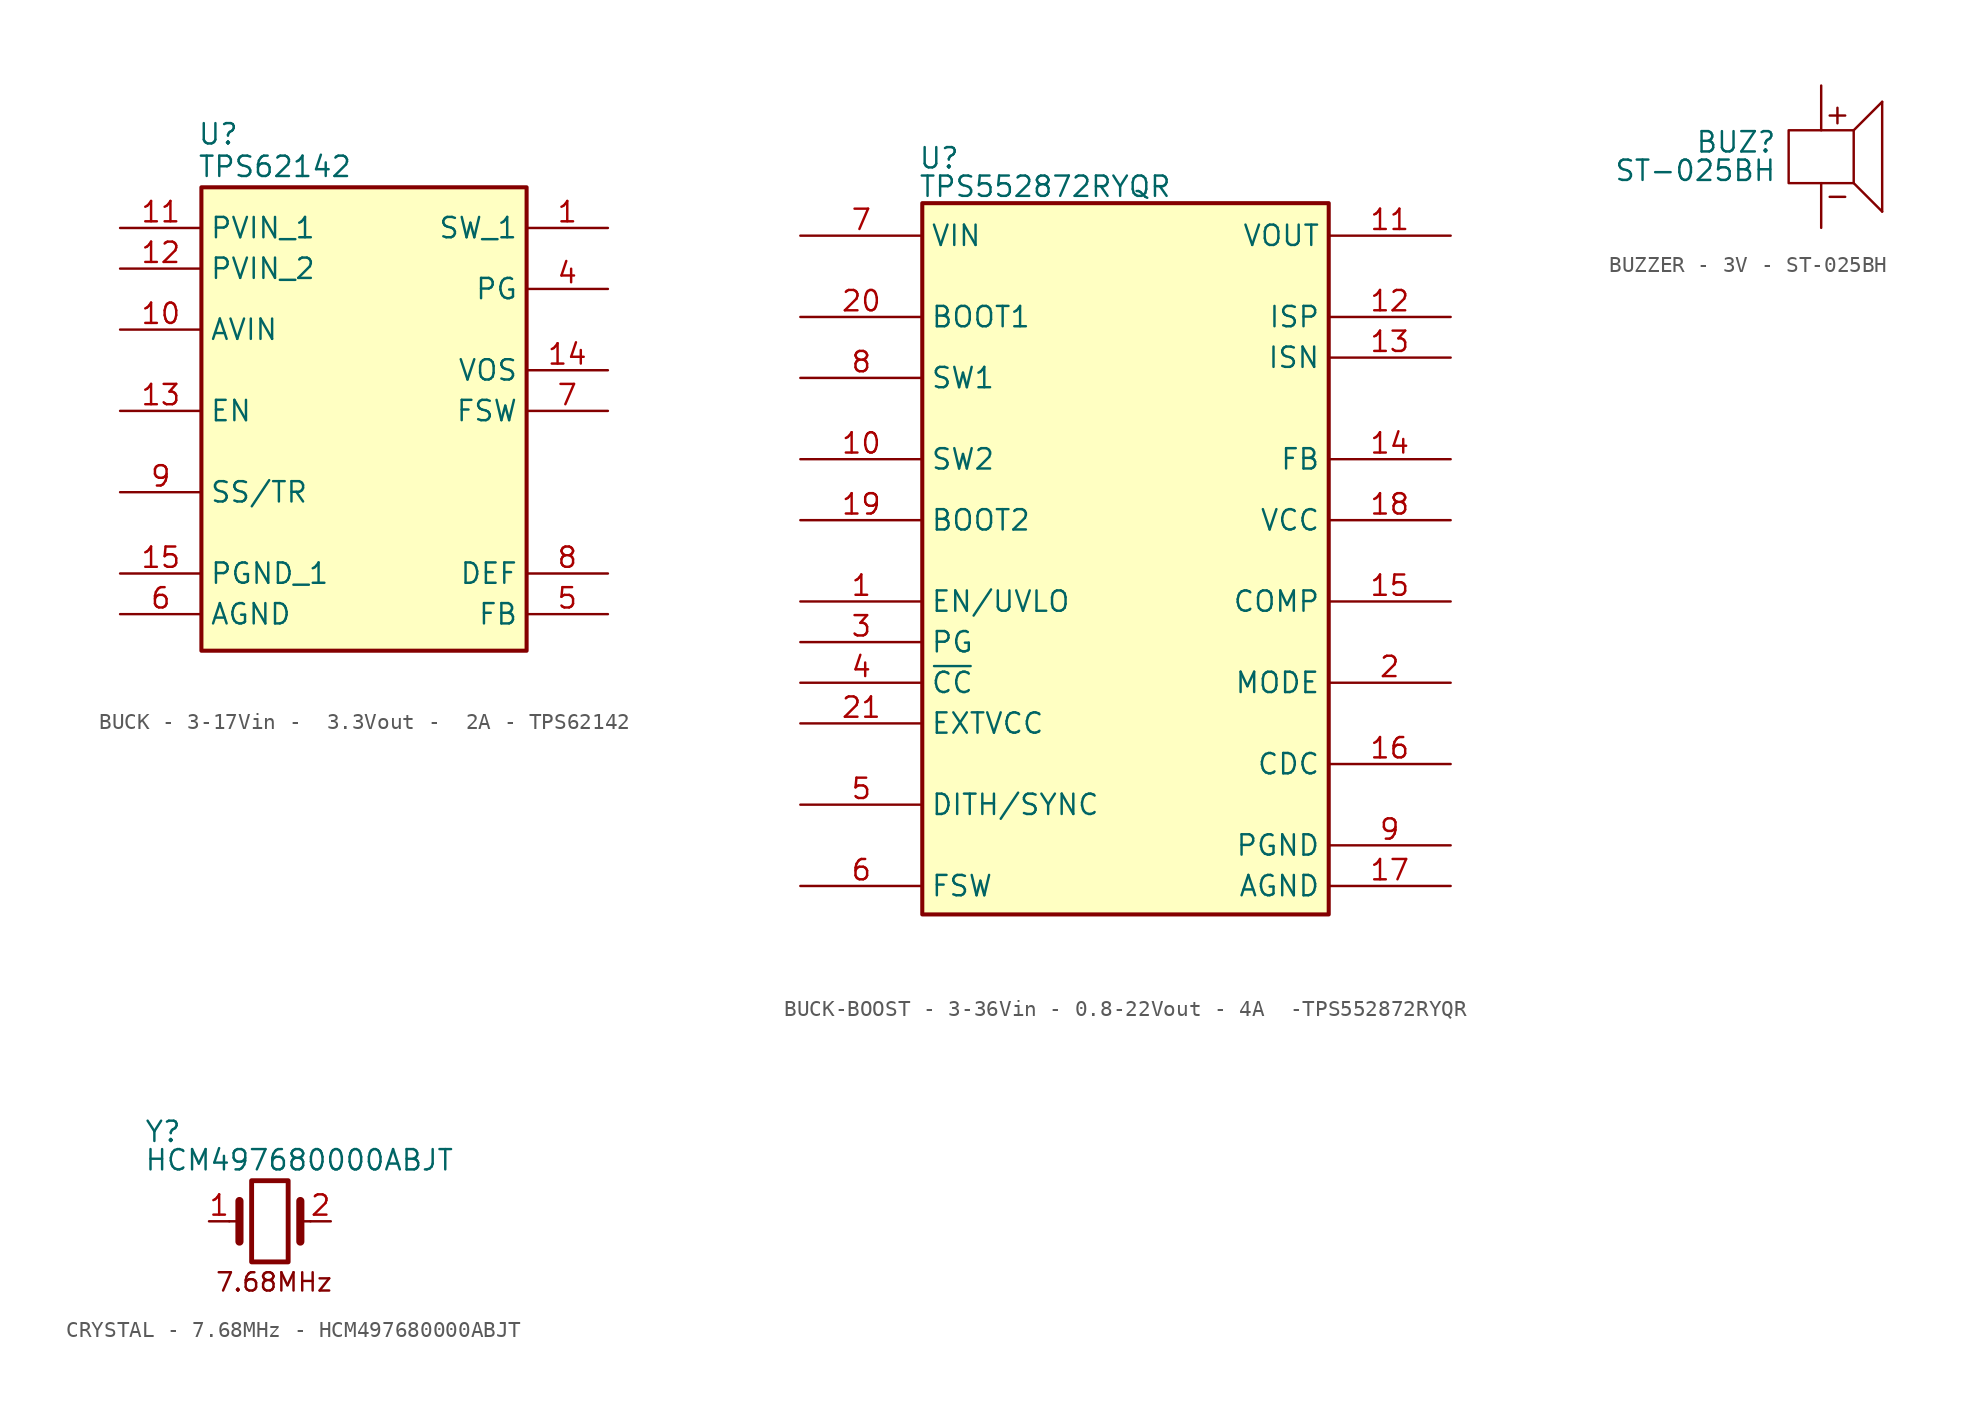
<source format=kicad_sym>
(kicad_symbol_lib
  (version 20241209)
  (generator "kicad_symbol_editor")
  (generator_version "9.0")
  (symbol "BUCK - 3-17Vin -  3.3Vout -  2A - TPS62142"
    (property "Reference" "U"
      (at -10.414 18.034 0)
      (effects (font (size 1.27 1.27)) (justify left top)))
    (property "Value" "TPS62142"
      (at -10.414 16.002 0)
      (effects (font (size 1.27 1.27)) (justify left top)))
    (symbol "BUCK - 3-17Vin -  3.3Vout -  2A - TPS62142_1_1"
      (rectangle (start -10.16 13.97) (end 10.16 -14.986) (stroke (width 0.254) (type default)) (fill (type background)))
      (pin passive line (at -15.24 11.43 0) (length 5.08) (name "PVIN_1" (effects (font (size 1.27 1.27)))) (number "11" (effects (font (size 1.27 1.27)))))
      (pin passive line (at -15.24 8.89 0) (length 5.08) (name "PVIN_2" (effects (font (size 1.27 1.27)))) (number "12" (effects (font (size 1.27 1.27)))))
      (pin passive line (at -15.24 5.08 0) (length 5.08) (name "AVIN" (effects (font (size 1.27 1.27)))) (number "10" (effects (font (size 1.27 1.27)))))
      (pin passive line (at -15.24 0 0) (length 5.08) (name "EN" (effects (font (size 1.27 1.27)))) (number "13" (effects (font (size 1.27 1.27)))))
      (pin passive line (at -15.24 -5.08 0) (length 5.08) (name "SS/TR" (effects (font (size 1.27 1.27)))) (number "9" (effects (font (size 1.27 1.27)))))
      (pin passive line (at -15.24 -10.16 0) (length 5.08) (name "PGND_1" (effects (font (size 1.27 1.27)))) (number "15" (effects (font (size 1.27 1.27)))))
      (pin passive line (at -15.24 -10.16 0) (length 5.08) (hide yes) (name "PGND_2" (effects (font (size 1.27 1.27)))) (number "16" (effects (font (size 1.27 1.27)))))
      (pin passive line (at -15.24 -12.7 0) (length 5.08) (name "AGND" (effects (font (size 1.27 1.27)))) (number "6" (effects (font (size 1.27 1.27)))))
      (pin passive line (at 15.24 11.43 180) (length 5.08) (name "SW_1" (effects (font (size 1.27 1.27)))) (number "1" (effects (font (size 1.27 1.27)))))
      (pin passive line (at 15.24 11.43 180) (length 5.08) (hide yes) (name "SW_2" (effects (font (size 1.27 1.27)))) (number "2" (effects (font (size 1.27 1.27)))))
      (pin passive line (at 15.24 11.43 180) (length 5.08) (hide yes) (name "SW_3" (effects (font (size 1.27 1.27)))) (number "3" (effects (font (size 1.27 1.27)))))
      (pin passive line (at 15.24 7.62 180) (length 5.08) (name "PG" (effects (font (size 1.27 1.27)))) (number "4" (effects (font (size 1.27 1.27)))))
      (pin passive line (at 15.24 2.54 180) (length 5.08) (name "VOS" (effects (font (size 1.27 1.27)))) (number "14" (effects (font (size 1.27 1.27)))))
      (pin passive line (at 15.24 0 180) (length 5.08) (name "FSW" (effects (font (size 1.27 1.27)))) (number "7" (effects (font (size 1.27 1.27)))))
      (pin passive line (at 15.24 -10.16 180) (length 5.08) (name "DEF" (effects (font (size 1.27 1.27)))) (number "8" (effects (font (size 1.27 1.27)))))
      (pin passive line (at 15.24 -12.7 180) (length 5.08) (name "FB" (effects (font (size 1.27 1.27)))) (number "5" (effects (font (size 1.27 1.27)))))))
  (symbol "BUCK-BOOST - 3-36Vin - 0.8-22Vout - 4A  -TPS552872RYQR"
    (property "Reference" "U"
      (at -12.954 13.208 0)
      (effects (font (size 1.27 1.27)) (justify left top)))
    (property "Value" "TPS552872RYQR"
      (at -12.954 11.43 0)
      (effects (font (size 1.27 1.27)) (justify left top)))
    (symbol "BUCK-BOOST - 3-36Vin - 0.8-22Vout - 4A  -TPS552872RYQR_0_1"
      (pin power_in line (at -20.32 7.62 0) (length 7.62) (name "VIN" (effects (font (size 1.27 1.27)))) (number "7" (effects (font (size 1.27 1.27)))))
      (pin output line (at -20.32 2.54 0) (length 7.62) (name "BOOT1" (effects (font (size 1.27 1.27)))) (number "20" (effects (font (size 1.27 1.27)))))
      (pin power_in line (at -20.32 -1.27 0) (length 7.62) (name "SW1" (effects (font (size 1.27 1.27)))) (number "8" (effects (font (size 1.27 1.27)))))
      (pin power_in line (at -20.32 -6.35 0) (length 7.62) (name "SW2" (effects (font (size 1.27 1.27)))) (number "10" (effects (font (size 1.27 1.27)))))
      (pin output line (at -20.32 -10.16 0) (length 7.62) (name "BOOT2" (effects (font (size 1.27 1.27)))) (number "19" (effects (font (size 1.27 1.27)))))
      (pin input line (at -20.32 -15.24 0) (length 7.62) (name "EN/UVLO" (effects (font (size 1.27 1.27)))) (number "1" (effects (font (size 1.27 1.27)))))
      (pin output line (at -20.32 -17.78 0) (length 7.62) (name "PG" (effects (font (size 1.27 1.27)))) (number "3" (effects (font (size 1.27 1.27)))))
      (pin input line (at -20.32 -22.86 0) (length 7.62) (name "EXTVCC" (effects (font (size 1.27 1.27)))) (number "21" (effects (font (size 1.27 1.27)))))
      (pin input line (at -20.32 -27.94 0) (length 7.62) (name "DITH/SYNC" (effects (font (size 1.27 1.27)))) (number "5" (effects (font (size 1.27 1.27)))))
      (pin input line (at -20.32 -33.02 0) (length 7.62) (name "FSW" (effects (font (size 1.27 1.27)))) (number "6" (effects (font (size 1.27 1.27)))))
      (pin power_in line (at 20.32 7.62 180) (length 7.62) (name "VOUT" (effects (font (size 1.27 1.27)))) (number "11" (effects (font (size 1.27 1.27)))))
      (pin input line (at 20.32 2.54 180) (length 7.62) (name "ISP" (effects (font (size 1.27 1.27)))) (number "12" (effects (font (size 1.27 1.27)))))
      (pin input line (at 20.32 0 180) (length 7.62) (name "ISN" (effects (font (size 1.27 1.27)))) (number "13" (effects (font (size 1.27 1.27)))))
      (pin input line (at 20.32 -6.35 180) (length 7.62) (name "FB" (effects (font (size 1.27 1.27)))) (number "14" (effects (font (size 1.27 1.27)))))
      (pin output line (at 20.32 -10.16 180) (length 7.62) (name "VCC" (effects (font (size 1.27 1.27)))) (number "18" (effects (font (size 1.27 1.27)))))
      (pin output line (at 20.32 -15.24 180) (length 7.62) (name "COMP" (effects (font (size 1.27 1.27)))) (number "15" (effects (font (size 1.27 1.27)))))
      (pin input line (at 20.32 -20.32 180) (length 7.62) (name "MODE" (effects (font (size 1.27 1.27)))) (number "2" (effects (font (size 1.27 1.27)))))
      (pin output line (at 20.32 -25.4 180) (length 7.62) (name "CDC" (effects (font (size 1.27 1.27)))) (number "16" (effects (font (size 1.27 1.27)))))
      (pin power_in line (at 20.32 -30.48 180) (length 7.62) (name "PGND" (effects (font (size 1.27 1.27)))) (number "9" (effects (font (size 1.27 1.27)))))
      (pin power_out line (at 20.32 -33.02 180) (length 7.62) (name "AGND" (effects (font (size 1.27 1.27)))) (number "17" (effects (font (size 1.27 1.27))))))
    (symbol "BUCK-BOOST - 3-36Vin - 0.8-22Vout - 4A  -TPS552872RYQR_1_1"
      (rectangle (start -12.7 9.652) (end 12.7 -34.798) (stroke (width 0.254) (type default)) (fill (type background)))
      (pin output line (at -20.32 -20.32 0) (length 7.62) (name "~{CC}" (effects (font (size 1.27 1.27)))) (number "4" (effects (font (size 1.27 1.27)))))))
  (symbol "BUZZER - 3V - ST-025BH"
    (pin_numbers
      (hide yes))
    (pin_names
      (hide yes))
    (property "Reference" "BUZ"
      (at -7.874 2.286 0)
      (effects (font (size 1.27 1.27)) (justify left top)))
    (property "Value" "ST-025BH"
      (at -12.954 0.508 0)
      (effects (font (size 1.27 1.27)) (justify left top)))
    (symbol "BUZZER - 3V - ST-025BH_1_1"
      (rectangle (start -2.032 2.286) (end 2.032 -1.016) (stroke (width 0) (type default)) (fill (type none)))
      (polyline (pts (xy 2.032 2.286) (xy 3.81 4.064)) (stroke (width 0) (type default)) (fill (type none)))
      (polyline (pts (xy 3.81 -2.794) (xy 2.032 -1.016)) (stroke (width 0) (type default)) (fill (type none)))
      (polyline (pts (xy 3.81 -2.794) (xy 3.81 4.064)) (stroke (width 0) (type default)) (fill (type none)))
      (text "+" (at 1.016 3.302 0) (effects (font (size 1.27 1.27))))
      (text "-" (at 1.016 -1.778 0) (effects (font (size 1.27 1.27))))
      (pin no_connect line (at -1.27 1.27 90) (length 0) (hide yes) (name "NC" (effects (font (size 1.27 1.27)))) (number "4" (effects (font (size 1.27 1.27)))))
      (pin passive line (at 0 5.08 270) (length 2.794) (name "+" (effects (font (size 1.27 1.27)))) (number "2" (effects (font (size 1.27 1.27)))))
      (pin passive line (at 0 -3.81 90) (length 2.794) (name "-" (effects (font (size 1.27 1.27)))) (number "3" (effects (font (size 1.27 1.27)))))
      (pin no_connect line (at 1.27 1.27 90) (length 0) (hide yes) (name "NC" (effects (font (size 1.27 1.27)))) (number "1" (effects (font (size 1.27 1.27)))))))
  (symbol "CRYSTAL - 7.68MHz - HCM497680000ABJT "
    (pin_names
      (hide yes))
    (property "Reference" "Y"
      (at -7.874 6.35 0)
      (effects (font (size 1.27 1.27)) (justify left top)))
    (property "Value" "HCM497680000ABJT"
      (at -7.874 4.572 0)
      (effects (font (size 1.27 1.27)) (justify left top)))
    (symbol "CRYSTAL - 7.68MHz - HCM497680000ABJT _0_1"
      (polyline (pts (xy -2.54 0) (xy -1.905 0)) (stroke (width 0) (type default)) (fill (type none)))
      (polyline (pts (xy -1.905 -1.27) (xy -1.905 1.27)) (stroke (width 0.508) (type default)) (fill (type none)))
      (rectangle (start -1.143 2.54) (end 1.143 -2.54) (stroke (width 0.305) (type default)) (fill (type none)))
      (polyline (pts (xy 1.905 -1.27) (xy 1.905 1.27)) (stroke (width 0.508) (type default)) (fill (type none)))
      (polyline (pts (xy 2.54 0) (xy 1.905 0)) (stroke (width 0) (type default)) (fill (type none))))
    (symbol "CRYSTAL - 7.68MHz - HCM497680000ABJT _1_1"
      (text "7.68MHz" (at 0.254 -3.81 0) (effects (font (size 1.143 1.143))))
      (pin passive line (at -3.81 0 0) (length 1.27) (name "1" (effects (font (size 1.27 1.27)))) (number "1" (effects (font (size 1.27 1.27)))))
      (pin passive line (at 3.81 0 180) (length 1.27) (name "2" (effects (font (size 1.27 1.27)))) (number "2" (effects (font (size 1.27 1.27))))))))
</source>
